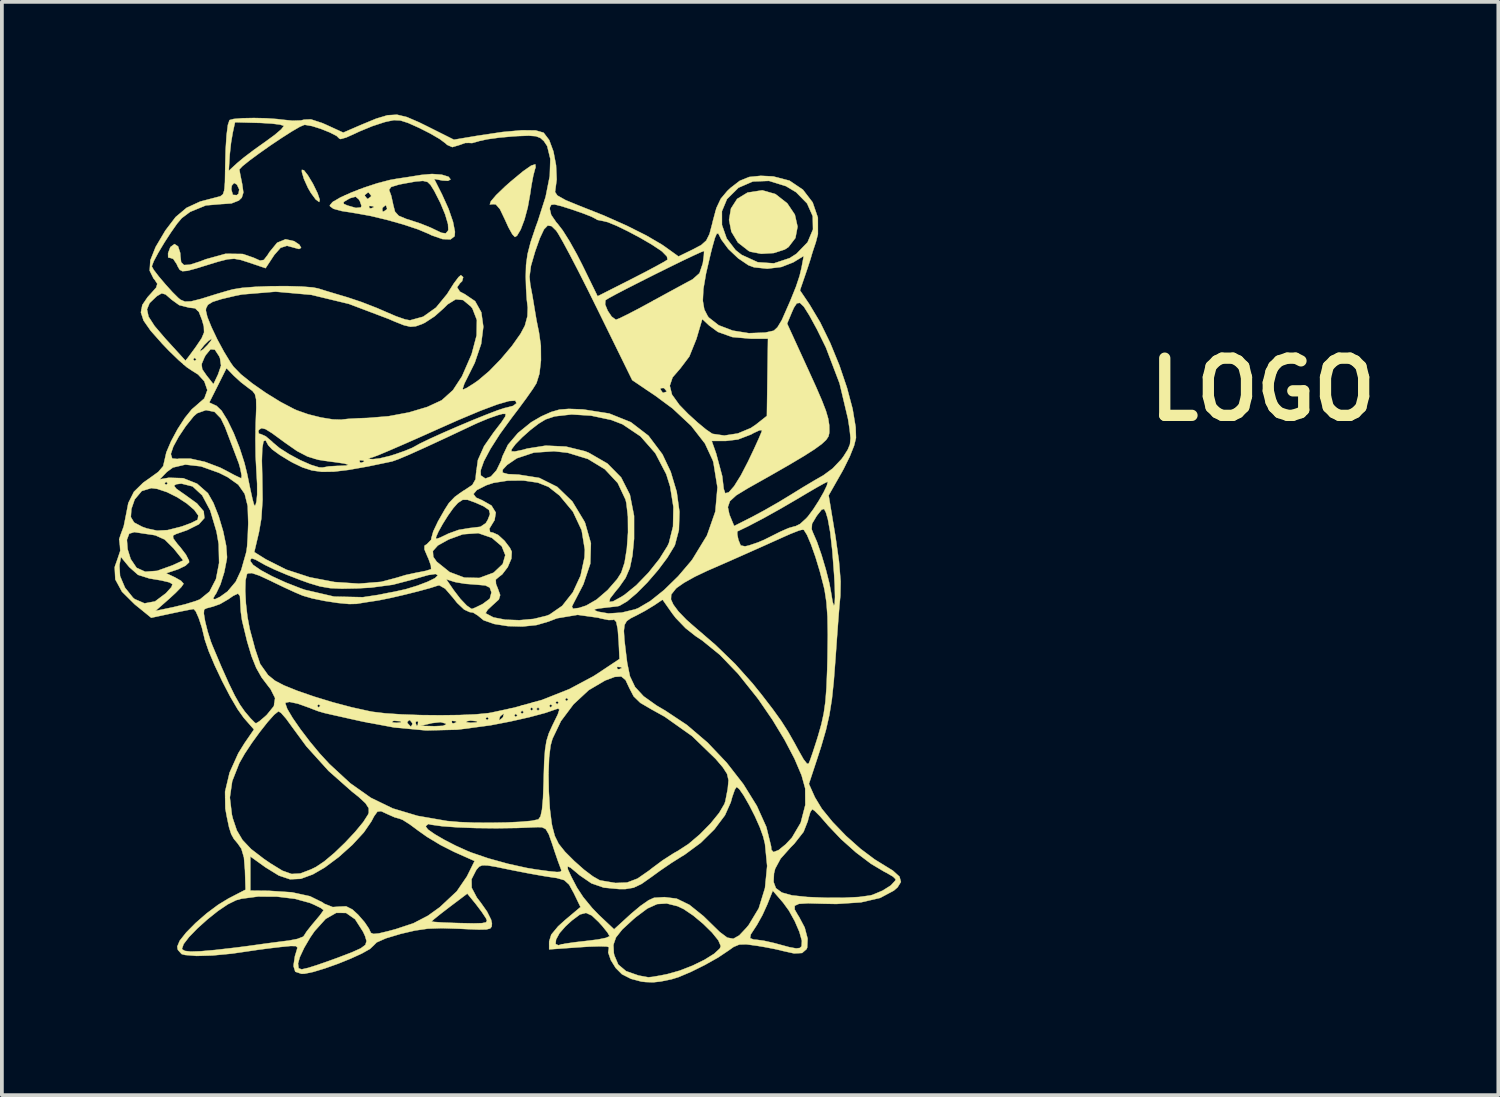
<source format=kicad_pcb>
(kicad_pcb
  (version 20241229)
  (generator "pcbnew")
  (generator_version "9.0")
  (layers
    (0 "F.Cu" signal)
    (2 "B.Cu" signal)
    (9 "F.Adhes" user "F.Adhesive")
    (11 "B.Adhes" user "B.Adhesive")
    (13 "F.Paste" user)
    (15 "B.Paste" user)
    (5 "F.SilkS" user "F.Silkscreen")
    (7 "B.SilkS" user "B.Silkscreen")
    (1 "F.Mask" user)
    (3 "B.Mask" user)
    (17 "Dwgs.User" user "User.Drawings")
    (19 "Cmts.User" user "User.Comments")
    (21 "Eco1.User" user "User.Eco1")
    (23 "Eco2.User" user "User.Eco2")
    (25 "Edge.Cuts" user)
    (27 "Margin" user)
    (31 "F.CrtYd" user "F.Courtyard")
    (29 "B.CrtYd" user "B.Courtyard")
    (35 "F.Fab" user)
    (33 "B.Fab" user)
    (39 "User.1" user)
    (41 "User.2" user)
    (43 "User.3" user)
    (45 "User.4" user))
  (footprint "LOGO"
    (layer "F.Cu")
    (at 10.307 9.274)
    (property "Reference" "LOGO" (at 20.28 -1.95 0) (layer "F.SilkS") (effects (font (size 1.524 1.524) (thickness 0.3))))
    (attr through_hole)
    (fp_poly (pts (xy -5.262 -7.789) (xy -5.156 -7.654) (xy -5.02 -7.427) (xy -5.019 -7.425) (xy -4.898 -7.177) (xy -4.84 -7.004) (xy -4.855 -6.943) (xy -4.948 -7.012) (xy -5.077 -7.187) (xy -5.153 -7.318) (xy -5.261 -7.556) (xy -5.316 -7.742) (xy -5.316 -7.801) (xy -5.262 -7.789)) (stroke (width 0.01) (type solid)) (fill yes) (layer "F.SilkS"))
    (fp_poly (pts (xy 7.297 -7.155) (xy 7.613 -6.908) (xy 7.815 -6.607) (xy 7.887 -6.286) (xy 7.83 -5.985) (xy 7.646 -5.744) (xy 7.545 -5.678) (xy 7.254 -5.584) (xy 6.92 -5.564) (xy 6.63 -5.619) (xy 6.585 -5.64) (xy 6.299 -5.863) (xy 6.124 -6.152) (xy 6.062 -6.467) (xy 6.113 -6.77) (xy 6.277 -7.026) (xy 6.555 -7.195) (xy 6.56 -7.196) (xy 6.948 -7.255) (xy 7.297 -7.155)) (stroke (width 0.01) (type solid)) (fill yes) (layer "F.SilkS"))
    (fp_poly (pts (xy 0.91 -7.868) (xy 0.894 -7.822) (xy 0.849 -7.653) (xy 0.798 -7.384) (xy 0.764 -7.154) (xy 0.701 -6.803) (xy 0.613 -6.475) (xy 0.512 -6.209) (xy 0.414 -6.045) (xy 0.359 -6.011) (xy 0.29 -6.083) (xy 0.186 -6.269) (xy 0.094 -6.472) (xy -0.04 -6.752) (xy -0.15 -6.879) (xy -0.219 -6.886) (xy -0.311 -6.877) (xy -0.282 -6.962) (xy -0.143 -7.126) (xy 0.096 -7.356) (xy 0.244 -7.487) (xy 0.573 -7.76) (xy 0.79 -7.912) (xy 0.901 -7.948) (xy 0.91 -7.868)) (stroke (width 0.01) (type solid)) (fill yes) (layer "F.SilkS"))
    (fp_poly (pts (xy -5.524 -5.901) (xy -5.384 -5.808) (xy -5.336 -5.724) (xy -5.391 -5.691) (xy -5.482 -5.715) (xy -5.712 -5.778) (xy -5.884 -5.724) (xy -6.051 -5.534) (xy -6.08 -5.49) (xy -6.283 -5.181) (xy -6.719 -5.329) (xy -6.944 -5.401) (xy -7.118 -5.432) (xy -7.297 -5.418) (xy -7.537 -5.357) (xy -7.789 -5.28) (xy -8.141 -5.171) (xy -8.365 -5.111) (xy -8.496 -5.1) (xy -8.57 -5.138) (xy -8.622 -5.226) (xy -8.65 -5.289) (xy -8.742 -5.427) (xy -8.818 -5.453) (xy -8.878 -5.467) (xy -8.88 -5.579) (xy -8.825 -5.728) (xy -8.814 -5.747) (xy -8.709 -5.824) (xy -8.614 -5.761) (xy -8.557 -5.587) (xy -8.551 -5.498) (xy -8.532 -5.339) (xy -8.457 -5.265) (xy -8.298 -5.273) (xy -8.026 -5.36) (xy -7.874 -5.419) (xy -7.346 -5.565) (xy -6.89 -5.559) (xy -6.6 -5.459) (xy -6.432 -5.383) (xy -6.329 -5.401) (xy -6.226 -5.535) (xy -6.183 -5.605) (xy -5.975 -5.859) (xy -5.751 -5.951) (xy -5.524 -5.901)) (stroke (width 0.01) (type solid)) (fill yes) (layer "F.SilkS"))
    (fp_poly (pts (xy -1.59 -7.671) (xy -1.409 -7.616) (xy -1.355 -7.545) (xy -1.425 -7.507) (xy -1.573 -7.516) (xy -1.792 -7.558) (xy -1.583 -7.144) (xy -1.41 -6.762) (xy -1.291 -6.417) (xy -1.239 -6.15) (xy -1.248 -6.032) (xy -1.357 -5.947) (xy -1.573 -5.956) (xy -1.862 -6.057) (xy -1.947 -6.099) (xy -2.225 -6.216) (xy -2.614 -6.345) (xy -3.057 -6.47) (xy -3.498 -6.575) (xy -3.881 -6.644) (xy -3.895 -6.646) (xy -4.259 -6.704) (xy -4.475 -6.763) (xy -4.566 -6.829) (xy -4.572 -6.856) (xy -4.499 -6.942) (xy -4.207 -6.942) (xy -4.199 -6.893) (xy -4.104 -6.851) (xy -3.877 -6.786) (xy -3.746 -6.799) (xy -3.73 -6.83) (xy -3.528 -6.83) (xy -3.516 -6.779) (xy -3.471 -6.773) (xy -3.175 -6.773) (xy -3.168 -6.695) (xy -3.138 -6.689) (xy -3.051 -6.75) (xy -3.048 -6.773) (xy -3.077 -6.856) (xy -3.085 -6.858) (xy -3.158 -6.799) (xy -3.175 -6.773) (xy -3.471 -6.773) (xy -3.402 -6.804) (xy -3.415 -6.83) (xy -3.515 -6.84) (xy -3.528 -6.83) (xy -3.73 -6.83) (xy -3.727 -6.837) (xy -3.768 -6.958) (xy -3.801 -7.015) (xy -3.884 -7.085) (xy -4.021 -7.049) (xy -4.073 -7.023) (xy -4.207 -6.942) (xy -4.499 -6.942) (xy -4.496 -6.944) (xy -4.295 -7.062) (xy -4.185 -7.112) (xy -3.641 -7.112) (xy -3.576 -7.03) (xy -3.556 -7.027) (xy -3.474 -7.092) (xy -3.471 -7.112) (xy -3.536 -7.194) (xy -3.556 -7.197) (xy -3.638 -7.132) (xy -3.641 -7.112) (xy -4.185 -7.112) (xy -4.004 -7.194) (xy -3.815 -7.267) (xy -2.995 -7.267) (xy -2.989 -7.254) (xy -2.936 -7.11) (xy -2.887 -6.889) (xy -2.884 -6.87) (xy -2.836 -6.686) (xy -2.736 -6.576) (xy -2.535 -6.492) (xy -2.445 -6.465) (xy -2.15 -6.367) (xy -1.88 -6.258) (xy -1.81 -6.224) (xy -1.597 -6.123) (xy -1.484 -6.108) (xy -1.425 -6.177) (xy -1.416 -6.202) (xy -1.424 -6.356) (xy -1.499 -6.611) (xy -1.626 -6.917) (xy -1.785 -7.23) (xy -1.805 -7.264) (xy -1.889 -7.399) (xy -1.971 -7.478) (xy -2.09 -7.506) (xy -2.286 -7.49) (xy -2.596 -7.434) (xy -2.73 -7.408) (xy -2.937 -7.345) (xy -2.995 -7.267) (xy -3.815 -7.267) (xy -3.662 -7.326) (xy -3.306 -7.443) (xy -2.972 -7.53) (xy -2.794 -7.562) (xy -2.507 -7.605) (xy -2.189 -7.656) (xy -2.142 -7.664) (xy -1.85 -7.69) (xy -1.59 -7.671)) (stroke (width 0.01) (type solid)) (fill yes) (layer "F.SilkS"))
    (fp_poly (pts (xy -2.52 -9.206) (xy -2.195 -9.066) (xy -1.99 -8.965) (xy -1.267 -8.603) (xy -0.654 -8.706) (xy 0.027 -8.808) (xy 0.548 -8.855) (xy 0.912 -8.85) (xy 1.119 -8.791) (xy 1.126 -8.786) (xy 1.271 -8.595) (xy 1.384 -8.29) (xy 1.454 -7.921) (xy 1.471 -7.543) (xy 1.427 -7.21) (xy 1.489 -7.117) (xy 1.713 -6.991) (xy 2.074 -6.843) (xy 2.727 -6.584) (xy 3.334 -6.314) (xy 3.859 -6.051) (xy 4.268 -5.812) (xy 4.361 -5.748) (xy 4.716 -5.493) (xy 5.106 -5.683) (xy 5.322 -5.798) (xy 5.455 -5.917) (xy 5.541 -6.09) (xy 5.615 -6.369) (xy 5.63 -6.435) (xy 5.701 -6.697) (xy 5.872 -6.697) (xy 5.873 -6.332) (xy 5.999 -5.972) (xy 6.238 -5.66) (xy 6.396 -5.536) (xy 6.827 -5.339) (xy 7.258 -5.31) (xy 7.677 -5.449) (xy 7.858 -5.565) (xy 8.154 -5.871) (xy 8.298 -6.214) (xy 8.291 -6.567) (xy 8.14 -6.906) (xy 7.848 -7.204) (xy 7.577 -7.366) (xy 7.126 -7.506) (xy 6.696 -7.49) (xy 6.313 -7.324) (xy 6.007 -7.021) (xy 5.872 -6.697) (xy 5.701 -6.697) (xy 5.725 -6.783) (xy 5.841 -7.029) (xy 6.015 -7.237) (xy 6.102 -7.319) (xy 6.347 -7.508) (xy 6.597 -7.61) (xy 6.908 -7.641) (xy 7.238 -7.625) (xy 7.673 -7.512) (xy 8.03 -7.271) (xy 8.289 -6.933) (xy 8.428 -6.528) (xy 8.429 -6.087) (xy 8.374 -5.873) (xy 8.302 -5.658) (xy 8.259 -5.521) (xy 8.255 -5.503) (xy 8.226 -5.406) (xy 8.159 -5.201) (xy 8.1 -5.026) (xy 7.951 -4.591) (xy 8.203 -4.218) (xy 8.488 -3.741) (xy 8.758 -3.186) (xy 9.002 -2.59) (xy 9.204 -1.993) (xy 9.353 -1.433) (xy 9.434 -0.948) (xy 9.443 -0.659) (xy 9.393 -0.455) (xy 9.277 -0.163) (xy 9.116 0.163) (xy 9.071 0.245) (xy 8.715 0.871) (xy 8.896 1.963) (xy 8.99 2.626) (xy 9.034 3.161) (xy 9.027 3.539) (xy 9.002 3.807) (xy 8.971 4.195) (xy 8.937 4.655) (xy 8.903 5.136) (xy 8.898 5.207) (xy 8.852 5.813) (xy 8.801 6.301) (xy 8.734 6.72) (xy 8.643 7.12) (xy 8.518 7.551) (xy 8.409 7.889) (xy 8.189 8.556) (xy 8.349 8.913) (xy 8.532 9.216) (xy 8.821 9.571) (xy 9.177 9.94) (xy 9.563 10.284) (xy 9.94 10.567) (xy 10.104 10.668) (xy 10.427 10.867) (xy 10.602 11.026) (xy 10.64 11.167) (xy 10.551 11.311) (xy 10.45 11.399) (xy 10.086 11.593) (xy 9.576 11.711) (xy 8.924 11.754) (xy 8.555 11.747) (xy 8.165 11.736) (xy 7.923 11.751) (xy 7.811 11.802) (xy 7.81 11.901) (xy 7.899 12.056) (xy 7.923 12.091) (xy 8.077 12.382) (xy 8.155 12.678) (xy 8.143 12.918) (xy 8.125 12.959) (xy 8.008 13.06) (xy 7.796 13.072) (xy 7.463 12.998) (xy 7.438 12.99) (xy 7.28 12.954) (xy 7.021 12.904) (xy 6.808 12.868) (xy 6.521 12.829) (xy 6.335 12.835) (xy 6.184 12.898) (xy 6.05 12.993) (xy 5.771 13.18) (xy 5.417 13.379) (xy 5.046 13.563) (xy 4.715 13.703) (xy 4.53 13.76) (xy 4.243 13.819) (xy 4.041 13.841) (xy 3.844 13.834) (xy 3.729 13.822) (xy 3.45 13.748) (xy 3.208 13.625) (xy 3.043 13.459) (xy 2.912 13.248) (xy 2.843 13.046) (xy 2.863 12.91) (xy 2.864 12.908) (xy 2.811 12.888) (xy 2.622 12.882) (xy 2.33 12.891) (xy 2.095 12.906) (xy 1.27 12.964) (xy 1.27 12.821) (xy 1.441 12.821) (xy 1.518 12.854) (xy 1.558 12.842) (xy 1.563 12.841) (xy 2.982 12.841) (xy 2.993 13.06) (xy 3.005 13.119) (xy 3.111 13.368) (xy 3.319 13.543) (xy 3.653 13.66) (xy 3.912 13.707) (xy 4.022 13.696) (xy 4.241 13.658) (xy 4.42 13.622) (xy 4.75 13.529) (xy 5.093 13.395) (xy 5.411 13.239) (xy 5.664 13.081) (xy 5.816 12.941) (xy 5.842 12.876) (xy 5.777 12.724) (xy 5.608 12.514) (xy 5.373 12.283) (xy 5.109 12.063) (xy 4.855 11.891) (xy 4.693 11.814) (xy 4.401 11.741) (xy 4.147 11.757) (xy 3.888 11.874) (xy 3.577 12.107) (xy 3.505 12.169) (xy 3.217 12.434) (xy 3.05 12.645) (xy 2.982 12.841) (xy 1.563 12.841) (xy 1.697 12.811) (xy 1.952 12.774) (xy 2.266 12.738) (xy 2.277 12.737) (xy 2.572 12.7) (xy 2.786 12.656) (xy 2.878 12.614) (xy 2.879 12.61) (xy 2.825 12.515) (xy 2.688 12.345) (xy 2.588 12.234) (xy 2.405 12.061) (xy 2.253 11.992) (xy 2.091 12.034) (xy 1.879 12.192) (xy 1.707 12.349) (xy 1.546 12.532) (xy 1.454 12.702) (xy 1.441 12.821) (xy 1.27 12.821) (xy 1.27 12.752) (xy 1.327 12.57) (xy 1.509 12.35) (xy 1.688 12.188) (xy 2.106 11.836) (xy 1.927 11.466) (xy 1.801 11.238) (xy 1.672 11.12) (xy 1.474 11.063) (xy 1.36 11.047) (xy 1.097 11.006) (xy 0.733 10.941) (xy 0.336 10.864) (xy 0.212 10.839) (xy -0.147 10.765) (xy -0.376 10.727) (xy -0.513 10.725) (xy -0.595 10.76) (xy -0.657 10.831) (xy -0.674 10.854) (xy -0.797 11.095) (xy -0.793 11.323) (xy -0.656 11.583) (xy -0.551 11.72) (xy -0.384 11.957) (xy -0.276 12.173) (xy -0.254 12.271) (xy -0.26 12.355) (xy -0.3 12.407) (xy -0.404 12.433) (xy -0.601 12.437) (xy -0.924 12.424) (xy -1.122 12.414) (xy -1.59 12.399) (xy -1.961 12.412) (xy -2.305 12.462) (xy -2.682 12.55) (xy -3.076 12.668) (xy -3.323 12.777) (xy -3.41 12.864) (xy -3.503 12.952) (xy -3.718 13.073) (xy -4.017 13.21) (xy -4.359 13.348) (xy -4.705 13.471) (xy -5.015 13.565) (xy -5.249 13.613) (xy -5.327 13.614) (xy -5.492 13.559) (xy -5.537 13.415) (xy -5.536 13.377) (xy -5.531 13.341) (xy -5.419 13.341) (xy -5.403 13.466) (xy -5.322 13.496) (xy -5.144 13.455) (xy -4.913 13.382) (xy -4.603 13.274) (xy -4.36 13.186) (xy -3.986 13.043) (xy -3.748 12.936) (xy -3.625 12.844) (xy -3.594 12.742) (xy -3.633 12.609) (xy -3.686 12.494) (xy -3.899 12.161) (xy -4.139 11.993) (xy -4.402 11.991) (xy -4.684 12.153) (xy -4.979 12.48) (xy -5.092 12.644) (xy -5.256 12.924) (xy -5.373 13.174) (xy -5.419 13.341) (xy -5.419 13.341) (xy -5.531 13.341) (xy -5.501 13.142) (xy -5.459 13.005) (xy -5.434 12.917) (xy -5.476 12.876) (xy -5.62 12.874) (xy -5.892 12.901) (xy -6.204 12.938) (xy -6.478 12.974) (xy -6.605 12.993) (xy -7.181 13.077) (xy -7.697 13.126) (xy -8.122 13.138) (xy -8.428 13.113) (xy -8.519 13.089) (xy -8.619 12.977) (xy -8.625 12.948) (xy -8.51 12.948) (xy -8.505 12.961) (xy -8.434 13.004) (xy -8.279 13.022) (xy -8.018 13.014) (xy -7.632 12.98) (xy -7.101 12.919) (xy -7.027 12.91) (xy -6.735 12.872) (xy -6.419 12.828) (xy -6.392 12.824) (xy -6.079 12.782) (xy -5.737 12.738) (xy -5.673 12.731) (xy -5.438 12.686) (xy -5.286 12.627) (xy -5.261 12.6) (xy -5.189 12.487) (xy -5.047 12.308) (xy -4.986 12.236) (xy -4.837 12.058) (xy -4.75 11.937) (xy -4.741 11.915) (xy -4.812 11.861) (xy -4.992 11.773) (xy -5.101 11.726) (xy -5.505 11.616) (xy -5.99 11.558) (xy -6.488 11.557) (xy -6.927 11.615) (xy -7.068 11.654) (xy -7.287 11.762) (xy -7.552 11.941) (xy -7.831 12.164) (xy -8.097 12.403) (xy -8.319 12.631) (xy -8.466 12.822) (xy -8.51 12.948) (xy -8.625 12.948) (xy -8.636 12.89) (xy -8.571 12.734) (xy -8.397 12.514) (xy -8.147 12.261) (xy -7.852 12.004) (xy -7.545 11.775) (xy -7.278 11.612) (xy -6.816 11.373) (xy -6.832 10.853) (xy -6.86 10.51) (xy -6.867 10.488) (xy -6.689 10.488) (xy -6.689 11.398) (xy -6.202 11.403) (xy -5.584 11.443) (xy -5.101 11.548) (xy -4.764 11.714) (xy -4.722 11.747) (xy -4.495 11.837) (xy -4.327 11.825) (xy -4.138 11.817) (xy -3.97 11.901) (xy -3.818 12.041) (xy -3.645 12.24) (xy -3.529 12.413) (xy -3.511 12.454) (xy -3.477 12.524) (xy -3.407 12.552) (xy -3.265 12.538) (xy -3.018 12.479) (xy -2.812 12.423) (xy -2.347 12.269) (xy -2.254 12.221) (xy -1.863 12.221) (xy -1.784 12.233) (xy -1.574 12.247) (xy -1.27 12.259) (xy -1.096 12.264) (xy -0.735 12.271) (xy -0.516 12.265) (xy -0.409 12.242) (xy -0.387 12.195) (xy -0.414 12.132) (xy -0.525 11.965) (xy -0.683 11.756) (xy -0.705 11.729) (xy -0.91 11.478) (xy -1.387 11.838) (xy -1.621 12.018) (xy -1.791 12.155) (xy -1.862 12.22) (xy -1.863 12.221) (xy -2.254 12.221) (xy -1.958 12.067) (xy -1.641 11.839) (xy -1.19 11.417) (xy -0.92 11.021) (xy -0.716 10.61) (xy -1.265 10.365) (xy -1.622 10.184) (xy -1.984 9.966) (xy -2.217 9.801) (xy -2.361 9.694) (xy -2.015 9.694) (xy -1.957 9.771) (xy -1.78 9.895) (xy -1.521 10.046) (xy -1.216 10.203) (xy -0.901 10.345) (xy -0.802 10.385) (xy -0.351 10.539) (xy 0.173 10.684) (xy 0.681 10.796) (xy 0.931 10.837) (xy 1.273 10.883) (xy 1.477 10.903) (xy 1.575 10.897) (xy 1.596 10.86) (xy 1.571 10.789) (xy 1.565 10.774) (xy 1.557 10.752) (xy 1.762 10.752) (xy 1.768 10.828) (xy 1.859 11.026) (xy 2.011 11.318) (xy 2.179 11.574) (xy 2.417 11.863) (xy 2.599 12.051) (xy 3 12.429) (xy 3.454 12.014) (xy 3.7 11.808) (xy 3.919 11.655) (xy 4.065 11.589) (xy 4.071 11.589) (xy 4.265 11.577) (xy 4.339 11.572) (xy 4.666 11.612) (xy 5.006 11.777) (xy 5.382 12.079) (xy 5.535 12.229) (xy 5.814 12.501) (xy 6.015 12.651) (xy 6.176 12.68) (xy 6.203 12.665) (xy 6.622 12.665) (xy 6.718 12.702) (xy 6.795 12.707) (xy 6.992 12.734) (xy 7.263 12.795) (xy 7.366 12.823) (xy 7.669 12.905) (xy 7.85 12.938) (xy 7.948 12.926) (xy 7.994 12.88) (xy 8.002 12.734) (xy 7.935 12.496) (xy 7.813 12.213) (xy 7.658 11.933) (xy 7.503 11.72) (xy 7.227 11.4) (xy 7.079 11.77) (xy 6.95 12.053) (xy 6.807 12.31) (xy 6.768 12.37) (xy 6.64 12.566) (xy 6.622 12.665) (xy 6.203 12.665) (xy 6.333 12.592) (xy 6.522 12.391) (xy 6.585 12.315) (xy 6.853 11.87) (xy 7.019 11.33) (xy 7.035 11.168) (xy 7.248 11.168) (xy 7.311 11.334) (xy 7.469 11.45) (xy 7.74 11.525) (xy 8.144 11.568) (xy 8.6 11.587) (xy 9.105 11.589) (xy 9.524 11.568) (xy 9.823 11.527) (xy 9.886 11.51) (xy 10.153 11.398) (xy 10.37 11.261) (xy 10.489 11.132) (xy 10.499 11.094) (xy 10.43 11.026) (xy 10.258 10.925) (xy 10.194 10.893) (xy 9.843 10.684) (xy 9.443 10.382) (xy 9.045 10.027) (xy 8.7 9.664) (xy 8.673 9.632) (xy 8.489 9.421) (xy 8.345 9.276) (xy 8.28 9.23) (xy 8.228 9.303) (xy 8.173 9.486) (xy 8.161 9.543) (xy 8.046 9.835) (xy 7.796 10.153) (xy 7.706 10.243) (xy 7.435 10.547) (xy 7.29 10.816) (xy 7.259 10.942) (xy 7.248 11.168) (xy 7.035 11.168) (xy 7.077 10.742) (xy 7.019 10.153) (xy 6.972 9.962) (xy 6.882 9.712) (xy 6.752 9.42) (xy 6.602 9.125) (xy 6.456 8.87) (xy 6.334 8.693) (xy 6.263 8.636) (xy 6.215 8.71) (xy 6.148 8.9) (xy 6.108 9.045) (xy 5.953 9.392) (xy 5.674 9.764) (xy 5.307 10.126) (xy 4.883 10.439) (xy 4.784 10.499) (xy 4.527 10.661) (xy 4.217 10.873) (xy 4 11.031) (xy 3.73 11.221) (xy 3.519 11.321) (xy 3.302 11.357) (xy 3.142 11.358) (xy 2.726 11.319) (xy 2.397 11.205) (xy 2.079 10.987) (xy 1.998 10.918) (xy 1.839 10.786) (xy 1.762 10.752) (xy 1.557 10.752) (xy 1.505 10.613) (xy 1.417 10.357) (xy 1.353 10.16) (xy 1.26 9.897) (xy 1.179 9.759) (xy 1.077 9.71) (xy 0.961 9.708) (xy 0.422 9.73) (xy -0.137 9.738) (xy -0.681 9.732) (xy -1.174 9.713) (xy -1.583 9.683) (xy -1.871 9.643) (xy -1.947 9.624) (xy -2.007 9.673) (xy -2.015 9.694) (xy -2.361 9.694) (xy -2.445 9.632) (xy -2.628 9.516) (xy -2.711 9.483) (xy -2.845 9.446) (xy -3.042 9.359) (xy -3.05 9.355) (xy -3.207 9.282) (xy -3.304 9.295) (xy -3.393 9.418) (xy -3.466 9.557) (xy -3.666 9.848) (xy -3.97 10.178) (xy -4.334 10.504) (xy -4.711 10.785) (xy -5.024 10.966) (xy -5.345 11.084) (xy -5.632 11.097) (xy -5.93 10.997) (xy -6.287 10.777) (xy -6.327 10.748) (xy -6.689 10.488) (xy -6.867 10.488) (xy -6.928 10.283) (xy -7.026 10.142) (xy -7.127 10.022) (xy -7.198 9.894) (xy -7.256 9.712) (xy -7.315 9.433) (xy -7.355 9.212) (xy -7.36 8.919) (xy -7.235 8.919) (xy -7.18 9.379) (xy -7.154 9.483) (xy -7.049 9.794) (xy -6.897 10.051) (xy -6.668 10.292) (xy -6.33 10.552) (xy -6.15 10.675) (xy -5.835 10.868) (xy -5.59 10.955) (xy -5.356 10.942) (xy -5.072 10.833) (xy -4.938 10.767) (xy -4.72 10.621) (xy -4.45 10.394) (xy -4.165 10.12) (xy -3.897 9.834) (xy -3.681 9.572) (xy -3.552 9.37) (xy -3.534 9.323) (xy -3.536 9.204) (xy -3.62 9.072) (xy -3.81 8.897) (xy -3.976 8.766) (xy -4.605 8.21) (xy -5.196 7.556) (xy -5.571 7.046) (xy -5.736 6.819) (xy -5.87 6.666) (xy -5.94 6.623) (xy -6.053 6.712) (xy -6.228 6.908) (xy -6.436 7.172) (xy -6.65 7.466) (xy -6.84 7.753) (xy -6.979 7.997) (xy -6.984 8.006) (xy -7.172 8.483) (xy -7.235 8.919) (xy -7.36 8.919) (xy -7.362 8.762) (xy -7.242 8.256) (xy -7.009 7.738) (xy -6.846 7.475) (xy -6.592 7.106) (xy -6.864 6.796) (xy -7.028 6.566) (xy -7.228 6.225) (xy -7.438 5.821) (xy -7.636 5.403) (xy -7.799 5.017) (xy -7.903 4.712) (xy -7.919 4.641) (xy -7.982 4.384) (xy -8.063 4.14) (xy -8.117 4.017) (xy -7.928 4.017) (xy -7.893 4.229) (xy -7.826 4.495) (xy -7.741 4.763) (xy -7.7 4.868) (xy -7.459 5.439) (xy -7.264 5.875) (xy -7.104 6.203) (xy -6.966 6.445) (xy -6.84 6.625) (xy -6.683 6.811) (xy -6.568 6.926) (xy -6.538 6.943) (xy -6.449 6.889) (xy -6.294 6.757) (xy -6.249 6.715) (xy -6.062 6.484) (xy -6.051 6.412) (xy -5.757 6.412) (xy -5.705 6.559) (xy -5.563 6.799) (xy -5.356 7.098) (xy -5.107 7.425) (xy -4.842 7.745) (xy -4.583 8.026) (xy -4.027 8.539) (xy -3.479 8.926) (xy -2.896 9.209) (xy -2.235 9.407) (xy -1.454 9.543) (xy -1.439 9.545) (xy -1.123 9.572) (xy -0.731 9.588) (xy -0.303 9.591) (xy 0.121 9.584) (xy 0.501 9.566) (xy 0.798 9.54) (xy 0.972 9.504) (xy 0.986 9.498) (xy 1.041 9.419) (xy 1.08 9.238) (xy 1.107 8.935) (xy 1.124 8.486) (xy 1.125 8.42) (xy 1.129 8.279) (xy 1.253 8.279) (xy 1.261 8.753) (xy 1.289 9.217) (xy 1.338 9.609) (xy 1.353 9.686) (xy 1.421 9.943) (xy 1.523 10.151) (xy 1.692 10.363) (xy 1.941 10.612) (xy 2.199 10.841) (xy 2.438 11.021) (xy 2.612 11.12) (xy 2.635 11.127) (xy 3.037 11.195) (xy 3.346 11.183) (xy 3.625 11.077) (xy 3.936 10.861) (xy 4.009 10.803) (xy 4.29 10.594) (xy 4.59 10.401) (xy 4.7 10.34) (xy 4.981 10.157) (xy 5.282 9.902) (xy 5.567 9.613) (xy 5.799 9.328) (xy 5.94 9.087) (xy 5.963 9.017) (xy 6.028 8.683) (xy 6.048 8.458) (xy 6.009 8.288) (xy 5.898 8.116) (xy 5.702 7.886) (xy 5.701 7.886) (xy 5.078 7.283) (xy 4.348 6.766) (xy 3.988 6.566) (xy 3.699 6.397) (xy 3.521 6.224) (xy 3.407 6.005) (xy 3.305 5.788) (xy 3.19 5.694) (xy 3.016 5.706) (xy 2.76 5.802) (xy 2.324 6.059) (xy 1.919 6.436) (xy 1.584 6.883) (xy 1.358 7.355) (xy 1.308 7.535) (xy 1.269 7.853) (xy 1.253 8.279) (xy 1.129 8.279) (xy 1.138 7.973) (xy 1.161 7.651) (xy 1.199 7.411) (xy 1.261 7.21) (xy 1.355 7.003) (xy 1.379 6.954) (xy 1.5 6.706) (xy 1.542 6.579) (xy 1.51 6.549) (xy 1.462 6.564) (xy 1.169 6.665) (xy 0.747 6.778) (xy 0.233 6.894) (xy -0.296 6.996) (xy -1.172 7.112) (xy -2.005 7.132) (xy -2.857 7.053) (xy -3.584 6.917) (xy -2.91 6.917) (xy -2.794 6.929) (xy -2.674 6.916) (xy -2.677 6.91) (xy -2.511 6.91) (xy -2.498 6.943) (xy -2.422 7.023) (xy -2.408 7.027) (xy -2.372 6.962) (xy -2.371 6.943) (xy -2.286 6.943) (xy -2.255 7.012) (xy -2.25 7.01) (xy -2.159 7.01) (xy -1.782 7.019) (xy -1.557 7.009) (xy -1.474 6.971) (xy -1.486 6.948) (xy -1.623 6.911) (xy -1.853 6.937) (xy -1.863 6.94) (xy -2.159 7.01) (xy -2.25 7.01) (xy -2.23 6.999) (xy -2.219 6.899) (xy -2.23 6.886) (xy -1.326 6.886) (xy -1.315 6.937) (xy -1.27 6.943) (xy -1.2 6.912) (xy -1.201 6.911) (xy -0.943 6.911) (xy -0.831 6.926) (xy -0.804 6.926) (xy -0.66 6.917) (xy -0.647 6.891) (xy -0.655 6.887) (xy -0.823 6.87) (xy -0.909 6.884) (xy -0.943 6.911) (xy -1.201 6.911) (xy -1.214 6.886) (xy -1.314 6.876) (xy -1.326 6.886) (xy -2.23 6.886) (xy -2.28 6.898) (xy -2.286 6.943) (xy -2.371 6.943) (xy -2.436 6.861) (xy -2.46 6.858) (xy -2.511 6.91) (xy -2.677 6.91) (xy -2.688 6.887) (xy -2.862 6.875) (xy -2.9 6.887) (xy -2.91 6.917) (xy -3.584 6.917) (xy -3.683 6.899) (xy -4.012 6.826) (xy -4.057 6.816) (xy -0.423 6.816) (xy -0.381 6.858) (xy -0.375 6.852) (xy -0.064 6.852) (xy -0.052 6.858) (xy 0.025 6.798) (xy 0.042 6.773) (xy 0.054 6.731) (xy 0.339 6.731) (xy 0.381 6.773) (xy 0.423 6.731) (xy 0.381 6.689) (xy 0.339 6.731) (xy 0.054 6.731) (xy 0.064 6.694) (xy 0.052 6.689) (xy -0.025 6.748) (xy -0.042 6.773) (xy -0.064 6.852) (xy -0.375 6.852) (xy -0.339 6.816) (xy -0.381 6.773) (xy -0.423 6.816) (xy -4.057 6.816) (xy -4.302 6.761) (xy -4.487 6.72) (xy -4.722 6.666) (xy -4.877 6.621) (xy -5.036 6.561) (xy -5.105 6.533) (xy -5.261 6.477) (xy -4.911 6.477) (xy -4.868 6.519) (xy -4.826 6.477) (xy -4.868 6.435) (xy -4.911 6.477) (xy -5.261 6.477) (xy -5.421 6.42) (xy -5.645 6.372) (xy -5.752 6.394) (xy -5.757 6.412) (xy -6.051 6.412) (xy -6.03 6.27) (xy -6.15 6.031) (xy -6.211 5.954) (xy -6.389 5.719) (xy -6.532 5.466) (xy -6.655 5.159) (xy -6.774 4.762) (xy -6.902 4.236) (xy -6.912 4.191) (xy -6.941 3.984) (xy -6.955 3.747) (xy -6.967 3.55) (xy -7.018 3.487) (xy -7.144 3.546) (xy -7.28 3.64) (xy -7.497 3.766) (xy -7.69 3.835) (xy -7.693 3.835) (xy -7.859 3.879) (xy -7.92 3.912) (xy -7.928 4.017) (xy -8.117 4.017) (xy -8.142 3.961) (xy -8.198 3.898) (xy -8.305 3.916) (xy -8.527 3.96) (xy -8.792 4.016) (xy -9.329 4.131) (xy -9.553 3.948) (xy -9.217 3.948) (xy -8.736 3.847) (xy -8.426 3.772) (xy -8.152 3.688) (xy -8.031 3.641) (xy -7.776 3.433) (xy -7.604 3.1) (xy -7.521 2.67) (xy -7.532 2.168) (xy -7.59 1.836) (xy -7.758 1.272) (xy -7.971 0.87) (xy -8.227 0.632) (xy -8.527 0.557) (xy -8.662 0.574) (xy -8.722 0.613) (xy -8.66 0.694) (xy -8.461 0.833) (xy -8.451 0.839) (xy -8.111 1.085) (xy -7.931 1.294) (xy -7.913 1.476) (xy -8.06 1.641) (xy -8.372 1.797) (xy -8.665 1.899) (xy -8.748 1.942) (xy -8.742 2.016) (xy -8.635 2.16) (xy -8.555 2.252) (xy -8.404 2.45) (xy -8.324 2.607) (xy -8.32 2.654) (xy -8.416 2.744) (xy -8.607 2.836) (xy -8.642 2.849) (xy -8.932 2.945) (xy -8.7 3.053) (xy -8.535 3.147) (xy -8.467 3.224) (xy -8.525 3.31) (xy -8.678 3.467) (xy -8.842 3.618) (xy -9.217 3.948) (xy -9.553 3.948) (xy -9.766 3.776) (xy -10.108 3.437) (xy -10.286 3.109) (xy -10.302 2.783) (xy -10.286 2.734) (xy -10.177 2.734) (xy -10.159 3.02) (xy -10.028 3.329) (xy -9.816 3.594) (xy -9.77 3.633) (xy -9.507 3.747) (xy -9.228 3.695) (xy -8.94 3.479) (xy -8.932 3.471) (xy -8.792 3.316) (xy -8.763 3.237) (xy -8.837 3.192) (xy -8.872 3.181) (xy -9.068 3.135) (xy -9.328 3.092) (xy -9.367 3.087) (xy -9.68 2.988) (xy -9.915 2.78) (xy -10.135 2.513) (xy -10.177 2.734) (xy -10.286 2.734) (xy -10.225 2.56) (xy -10.154 2.348) (xy -10.164 2.195) (xy -10.165 2.193) (xy -10.181 2.054) (xy -9.977 2.054) (xy -9.958 2.305) (xy -9.876 2.567) (xy -9.719 2.8) (xy -9.489 2.904) (xy -9.172 2.881) (xy -8.755 2.731) (xy -8.705 2.708) (xy -8.477 2.602) (xy -8.733 2.283) (xy -8.97 2.047) (xy -9.22 1.935) (xy -9.3 1.921) (xy -9.557 1.884) (xy -9.766 1.851) (xy -9.779 1.849) (xy -9.916 1.891) (xy -9.977 2.054) (xy -10.181 2.054) (xy -10.183 2.038) (xy -10.141 1.911) (xy -10.062 1.697) (xy -10.019 1.483) (xy -10.012 1.448) (xy -9.872 1.448) (xy -9.785 1.593) (xy -9.57 1.707) (xy -9.44 1.753) (xy -9.173 1.81) (xy -8.894 1.796) (xy -8.539 1.706) (xy -8.492 1.691) (xy -8.266 1.607) (xy -8.11 1.529) (xy -8.091 1.515) (xy -8.076 1.406) (xy -8.184 1.255) (xy -8.382 1.086) (xy -8.635 0.921) (xy -8.91 0.784) (xy -9.172 0.697) (xy -9.327 0.677) (xy -9.581 0.755) (xy -9.769 0.978) (xy -9.858 1.235) (xy -9.872 1.448) (xy -10.012 1.448) (xy -9.939 1.074) (xy -9.79 0.775) (xy -9.56 0.55) (xy -8.975 0.55) (xy -8.932 0.593) (xy -8.89 0.55) (xy -8.932 0.508) (xy -8.975 0.55) (xy -9.56 0.55) (xy -9.539 0.53) (xy -9.415 0.443) (xy -9.102 0.443) (xy -8.861 0.401) (xy -8.477 0.413) (xy -8.107 0.56) (xy -7.82 0.812) (xy -7.673 1.071) (xy -7.531 1.43) (xy -7.412 1.83) (xy -7.333 2.211) (xy -7.31 2.514) (xy -7.315 2.566) (xy -7.384 2.918) (xy -7.486 3.245) (xy -7.599 3.483) (xy -7.627 3.522) (xy -7.684 3.623) (xy -7.631 3.638) (xy -7.497 3.574) (xy -7.312 3.441) (xy -7.289 3.423) (xy -7.278 3.409) (xy -6.825 3.409) (xy -6.807 3.75) (xy -6.766 4.105) (xy -6.706 4.425) (xy -6.69 4.487) (xy -6.623 4.733) (xy -6.575 4.912) (xy -6.565 4.953) (xy -6.427 5.362) (xy -6.217 5.657) (xy -6.034 5.806) (xy -5.796 5.931) (xy -5.432 6.078) (xy -4.982 6.233) (xy -4.489 6.383) (xy -3.991 6.515) (xy -3.529 6.617) (xy -3.429 6.636) (xy -3.097 6.676) (xy -2.657 6.705) (xy -2.153 6.723) (xy -1.627 6.728) (xy -1.123 6.722) (xy -0.683 6.703) (xy -0.351 6.671) (xy -0.254 6.654) (xy -0.22 6.646) (xy 0.508 6.646) (xy 0.55 6.689) (xy 0.593 6.646) (xy 0.55 6.604) (xy 0.508 6.646) (xy -0.22 6.646) (xy -0.038 6.607) (xy 0.17 6.562) (xy 0.762 6.562) (xy 0.804 6.604) (xy 0.847 6.562) (xy 0.931 6.562) (xy 0.974 6.604) (xy 1.016 6.562) (xy 0.974 6.519) (xy 0.931 6.562) (xy 0.847 6.562) (xy 0.804 6.519) (xy 0.762 6.562) (xy 0.17 6.562) (xy 0.246 6.545) (xy 0.339 6.525) (xy 0.512 6.477) (xy 1.27 6.477) (xy 1.312 6.519) (xy 1.355 6.477) (xy 1.312 6.435) (xy 1.27 6.477) (xy 0.512 6.477) (xy 0.817 6.392) (xy 1.439 6.392) (xy 1.482 6.435) (xy 1.524 6.392) (xy 1.482 6.35) (xy 1.439 6.392) (xy 0.817 6.392) (xy 1.081 6.319) (xy 1.109 6.308) (xy 1.693 6.308) (xy 1.736 6.35) (xy 1.778 6.308) (xy 1.736 6.265) (xy 1.693 6.308) (xy 1.109 6.308) (xy 1.807 6.031) (xy 2.448 5.689) (xy 2.55 5.624) (xy 2.816 5.447) (xy 3.076 5.447) (xy 3.088 5.497) (xy 3.133 5.503) (xy 3.202 5.472) (xy 3.189 5.447) (xy 3.089 5.437) (xy 3.076 5.447) (xy 2.816 5.447) (xy 3.144 5.229) (xy 3.124 4.795) (xy 3.101 4.48) (xy 3.26 4.48) (xy 3.276 4.73) (xy 3.32 5.102) (xy 3.349 5.334) (xy 3.422 5.689) (xy 3.558 5.974) (xy 3.786 6.222) (xy 4.133 6.469) (xy 4.363 6.604) (xy 4.939 6.986) (xy 5.491 7.457) (xy 5.999 7.992) (xy 6.443 8.562) (xy 6.802 9.141) (xy 7.055 9.702) (xy 7.182 10.218) (xy 7.19 10.311) (xy 7.247 10.372) (xy 7.382 10.319) (xy 7.57 10.166) (xy 7.736 9.989) (xy 7.971 9.59) (xy 8.093 9.118) (xy 8.09 8.675) (xy 7.994 8.328) (xy 7.806 7.886) (xy 7.542 7.383) (xy 7.22 6.851) (xy 6.858 6.323) (xy 6.809 6.257) (xy 6.302 5.622) (xy 5.823 5.123) (xy 5.346 4.735) (xy 5.17 4.618) (xy 4.904 4.408) (xy 4.643 4.137) (xy 4.554 4.022) (xy 4.291 3.648) (xy 4.072 3.796) (xy 3.827 3.945) (xy 3.598 4.067) (xy 3.441 4.145) (xy 3.337 4.219) (xy 3.279 4.32) (xy 3.26 4.48) (xy 3.101 4.48) (xy 3.098 4.441) (xy 3.057 4.24) (xy 2.998 4.178) (xy 2.968 4.188) (xy 2.854 4.191) (xy 2.647 4.149) (xy 2.574 4.129) (xy 2.029 4.053) (xy 1.479 4.145) (xy 1.25 4.233) (xy 0.935 4.325) (xy 0.559 4.364) (xy 0.168 4.353) (xy -0.193 4.296) (xy -0.476 4.197) (xy -0.632 4.069) (xy -0.754 3.993) (xy -0.849 3.979) (xy -0.994 3.912) (xy -1.182 3.734) (xy -1.288 3.601) (xy -1.499 3.356) (xy -1.655 3.267) (xy -1.693 3.273) (xy -1.9 3.339) (xy -2.216 3.425) (xy -2.583 3.517) (xy -2.945 3.601) (xy -3.245 3.662) (xy -3.348 3.679) (xy -3.611 3.719) (xy -3.825 3.754) (xy -3.856 3.76) (xy -4.056 3.765) (xy -4.361 3.736) (xy -4.708 3.683) (xy -5.04 3.615) (xy -5.292 3.542) (xy -5.493 3.457) (xy -5.785 3.323) (xy -6.107 3.168) (xy -6.129 3.156) (xy -6.447 3.008) (xy -6.646 2.941) (xy -6.754 2.948) (xy -6.78 2.973) (xy -6.817 3.133) (xy -6.825 3.409) (xy -7.278 3.409) (xy -7.077 3.169) (xy -6.931 2.856) (xy -6.93 2.851) (xy -6.865 2.621) (xy -6.689 2.621) (xy -6.614 2.723) (xy -6.411 2.863) (xy -6.111 3.025) (xy -5.746 3.192) (xy -5.349 3.347) (xy -5.234 3.387) (xy -4.457 3.567) (xy -3.692 3.583) (xy -3.281 3.521) (xy -3.024 3.469) (xy -2.846 3.436) (xy -2.549 3.37) (xy -2.242 3.276) (xy -1.968 3.172) (xy -1.831 3.105) (xy -1.471 3.105) (xy -1.273 3.394) (xy -1.093 3.629) (xy -0.922 3.808) (xy -0.798 3.893) (xy -0.784 3.895) (xy -0.696 3.86) (xy -0.522 3.775) (xy -0.499 3.763) (xy -0.312 3.625) (xy -0.268 3.462) (xy -0.27 3.445) (xy -0.312 3.328) (xy -0.427 3.27) (xy -0.662 3.249) (xy -0.677 3.248) (xy -0.963 3.226) (xy -1.211 3.185) (xy -1.265 3.171) (xy -1.471 3.105) (xy -1.831 3.105) (xy -1.771 3.075) (xy -1.693 3) (xy -1.693 2.999) (xy -1.757 2.964) (xy -1.955 2.994) (xy -2.297 3.092) (xy -2.349 3.108) (xy -2.895 3.251) (xy -3.478 3.328) (xy -3.84 3.348) (xy -4.253 3.356) (xy -4.562 3.342) (xy -4.831 3.296) (xy -5.125 3.208) (xy -5.364 3.122) (xy -5.72 2.984) (xy -6.05 2.844) (xy -6.293 2.727) (xy -6.334 2.704) (xy -6.546 2.585) (xy -6.651 2.548) (xy -6.686 2.584) (xy -6.689 2.621) (xy -6.865 2.621) (xy -6.859 2.601) (xy -6.804 2.408) (xy -6.797 2.381) (xy -6.584 2.381) (xy -6.276 2.574) (xy -5.73 2.849) (xy -5.105 3.053) (xy -4.446 3.179) (xy -3.798 3.222) (xy -3.204 3.174) (xy -2.787 3.063) (xy -2.552 2.992) (xy -2.271 2.931) (xy -2.242 2.926) (xy -2.023 2.883) (xy -1.887 2.842) (xy -1.874 2.833) (xy -1.88 2.738) (xy -1.946 2.554) (xy -1.97 2.504) (xy -2.033 2.353) (xy -1.827 2.353) (xy -1.816 2.508) (xy -1.725 2.637) (xy -1.38 2.914) (xy -0.989 3.061) (xy -0.589 3.07) (xy -0.221 2.934) (xy -0.201 2.922) (xy 0.033 2.7) (xy 0.102 2.462) (xy 0.007 2.225) (xy -0.25 2.006) (xy -0.26 2) (xy -0.618 1.877) (xy -1.027 1.907) (xy -1.406 2.045) (xy -1.694 2.205) (xy -1.827 2.353) (xy -2.033 2.353) (xy -2.051 2.31) (xy -2.05 2.212) (xy -1.985 2.169) (xy -1.875 2.056) (xy -1.863 1.995) (xy -1.86 1.985) (xy -1.744 1.985) (xy -1.74 2.032) (xy -1.635 1.996) (xy -1.449 1.907) (xy -1.414 1.889) (xy -1.14 1.79) (xy -0.834 1.739) (xy -0.805 1.737) (xy -0.56 1.707) (xy -0.419 1.612) (xy -0.364 1.521) (xy -0.305 1.367) (xy -0.333 1.259) (xy -0.475 1.161) (xy -0.691 1.065) (xy -0.902 0.988) (xy -1.032 0.988) (xy -1.153 1.067) (xy -1.169 1.081) (xy -1.285 1.212) (xy -1.425 1.409) (xy -1.565 1.632) (xy -1.68 1.839) (xy -1.744 1.985) (xy -1.86 1.985) (xy -1.816 1.829) (xy -1.691 1.565) (xy -1.507 1.243) (xy -1.399 1.074) (xy -1.244 0.912) (xy -1.138 0.835) (xy -0.746 0.835) (xy -0.677 0.929) (xy -0.515 1.001) (xy -0.266 1.142) (xy -0.151 1.329) (xy -0.184 1.532) (xy -0.212 1.576) (xy -0.323 1.759) (xy -0.301 1.849) (xy -0.226 1.863) (xy -0.087 1.926) (xy 0.081 2.08) (xy 0.224 2.267) (xy 0.274 2.371) (xy 0.264 2.556) (xy 0.167 2.782) (xy 0.02 2.975) (xy -0.06 3.036) (xy -0.152 3.114) (xy -0.145 3.233) (xy -0.095 3.356) (xy -0.034 3.526) (xy -0.07 3.644) (xy -0.222 3.783) (xy -0.223 3.783) (xy -0.367 3.917) (xy -0.421 4.006) (xy -0.417 4.014) (xy -0.214 4.121) (xy 0.101 4.182) (xy 0.476 4.196) (xy 0.861 4.161) (xy 1.203 4.077) (xy 1.279 4.047) (xy 1.618 3.813) (xy 1.901 3.454) (xy 2.107 3.01) (xy 2.212 2.521) (xy 2.221 2.32) (xy 2.136 1.8) (xy 1.904 1.305) (xy 1.546 0.874) (xy 1.252 0.643) (xy 0.971 0.532) (xy 0.591 0.476) (xy 0.176 0.477) (xy -0.213 0.538) (xy -0.402 0.6) (xy -0.656 0.729) (xy -0.746 0.835) (xy -1.138 0.835) (xy -1.019 0.751) (xy -0.978 0.728) (xy -0.776 0.593) (xy -0.691 0.443) (xy -0.677 0.287) (xy -0.666 0.209) (xy -0.556 0.209) (xy -0.55 0.34) (xy -0.429 0.422) (xy -0.28 0.368) (xy -0.131 0.201) (xy -0.125 0.188) (xy 0.031 0.188) (xy 0.032 0.265) (xy 0.171 0.304) (xy 0.456 0.318) (xy 1.006 0.405) (xy 1.485 0.644) (xy 1.887 1.032) (xy 2.21 1.567) (xy 2.229 1.609) (xy 2.382 2.145) (xy 2.366 2.69) (xy 2.182 3.239) (xy 2.149 3.304) (xy 2.017 3.558) (xy 1.917 3.751) (xy 1.877 3.831) (xy 1.905 3.889) (xy 2.068 3.868) (xy 2.259 3.805) (xy 2.534 3.646) (xy 2.828 3.393) (xy 3.082 3.102) (xy 3.191 2.929) (xy 3.279 2.663) (xy 3.34 2.286) (xy 3.371 1.858) (xy 3.368 1.436) (xy 3.327 1.077) (xy 3.305 0.984) (xy 3.097 0.542) (xy 2.754 0.175) (xy 2.303 -0.099) (xy 1.766 -0.264) (xy 1.399 -0.305) (xy 0.862 -0.268) (xy 0.409 -0.117) (xy 0.151 0.059) (xy 0.031 0.188) (xy -0.125 0.188) (xy -0.008 -0.054) (xy 0.026 -0.169) (xy 0.089 -0.301) (xy 0.263 -0.301) (xy 0.361 -0.299) (xy 0.563 -0.341) (xy 0.687 -0.376) (xy 1.179 -0.454) (xy 1.718 -0.429) (xy 2.224 -0.305) (xy 2.324 -0.265) (xy 2.823 0.023) (xy 3.187 0.392) (xy 3.421 0.852) (xy 3.532 1.418) (xy 3.532 2.025) (xy 3.489 2.473) (xy 3.42 2.804) (xy 3.306 3.069) (xy 3.13 3.32) (xy 3.045 3.42) (xy 2.893 3.617) (xy 2.871 3.709) (xy 2.974 3.694) (xy 3.197 3.571) (xy 3.283 3.515) (xy 3.592 3.264) (xy 3.916 2.929) (xy 4.207 2.564) (xy 4.42 2.224) (xy 4.46 2.139) (xy 4.57 1.699) (xy 4.58 1.18) (xy 4.493 0.636) (xy 4.389 0.305) (xy 4.098 -0.253) (xy 3.703 -0.702) (xy 3.227 -1.022) (xy 2.923 -1.139) (xy 2.385 -1.253) (xy 1.867 -1.285) (xy 1.418 -1.234) (xy 1.178 -1.154) (xy 0.989 -1.039) (xy 0.769 -0.869) (xy 0.553 -0.677) (xy 0.375 -0.495) (xy 0.271 -0.357) (xy 0.263 -0.301) (xy 0.089 -0.301) (xy 0.172 -0.476) (xy 0.44 -0.791) (xy 0.791 -1.076) (xy 1.061 -1.233) (xy 1.323 -1.35) (xy 1.545 -1.414) (xy 1.795 -1.433) (xy 2.139 -1.42) (xy 2.181 -1.418) (xy 2.87 -1.31) (xy 3.446 -1.079) (xy 3.916 -0.718) (xy 4.288 -0.223) (xy 4.508 0.242) (xy 4.668 0.776) (xy 4.741 1.308) (xy 4.726 1.793) (xy 4.622 2.187) (xy 4.603 2.227) (xy 4.416 2.534) (xy 4.167 2.866) (xy 3.886 3.191) (xy 3.601 3.478) (xy 3.343 3.696) (xy 3.141 3.813) (xy 3.1 3.823) (xy 2.94 3.843) (xy 2.836 3.854) (xy 2.587 3.884) (xy 2.481 3.907) (xy 2.491 3.934) (xy 2.57 3.968) (xy 2.849 4.016) (xy 3.204 3.993) (xy 3.558 3.907) (xy 3.641 3.875) (xy 3.963 3.686) (xy 4.019 3.642) (xy 4.515 3.642) (xy 4.578 3.78) (xy 4.712 3.961) (xy 4.925 4.182) (xy 5.068 4.309) (xy 5.697 4.851) (xy 6.223 5.36) (xy 6.691 5.883) (xy 6.931 6.181) (xy 7.227 6.566) (xy 7.45 6.876) (xy 7.634 7.164) (xy 7.815 7.482) (xy 7.902 7.644) (xy 8.046 7.899) (xy 8.137 8.015) (xy 8.18 8.02) (xy 8.219 7.928) (xy 8.293 7.714) (xy 8.39 7.415) (xy 8.434 7.273) (xy 8.521 6.966) (xy 8.584 6.679) (xy 8.628 6.37) (xy 8.657 5.997) (xy 8.676 5.518) (xy 8.684 5.207) (xy 8.692 4.586) (xy 8.684 4.101) (xy 8.656 3.716) (xy 8.608 3.4) (xy 8.586 3.302) (xy 8.481 2.898) (xy 8.364 2.512) (xy 8.245 2.176) (xy 8.139 1.925) (xy 8.055 1.791) (xy 8.031 1.778) (xy 7.917 1.81) (xy 7.706 1.893) (xy 7.556 1.959) (xy 6.96 2.227) (xy 6.475 2.443) (xy 6.056 2.629) (xy 5.66 2.802) (xy 5.483 2.879) (xy 5.153 3.036) (xy 4.865 3.197) (xy 4.67 3.333) (xy 4.643 3.359) (xy 4.522 3.512) (xy 4.515 3.642) (xy 4.019 3.642) (xy 4.332 3.391) (xy 4.707 3.025) (xy 5.046 2.627) (xy 5.087 2.573) (xy 5.475 1.937) (xy 5.484 1.911) (xy 6.281 1.911) (xy 6.311 2.056) (xy 6.372 2.204) (xy 6.487 2.229) (xy 6.596 2.204) (xy 6.832 2.124) (xy 6.991 2.057) (xy 7.178 1.964) (xy 7.415 1.845) (xy 7.436 1.835) (xy 7.572 1.775) (xy 8.262 1.775) (xy 8.297 1.863) (xy 8.404 2.109) (xy 8.525 2.457) (xy 8.641 2.847) (xy 8.734 3.213) (xy 8.778 3.45) (xy 8.821 3.708) (xy 8.855 3.807) (xy 8.876 3.76) (xy 8.884 3.576) (xy 8.877 3.267) (xy 8.861 2.985) (xy 8.812 2.342) (xy 8.757 1.853) (xy 8.693 1.5) (xy 8.641 1.324) (xy 8.593 1.232) (xy 8.529 1.251) (xy 8.414 1.395) (xy 8.392 1.425) (xy 8.273 1.626) (xy 8.262 1.775) (xy 7.572 1.775) (xy 7.652 1.741) (xy 7.815 1.694) (xy 7.831 1.693) (xy 7.953 1.633) (xy 8.118 1.483) (xy 8.167 1.428) (xy 8.306 1.241) (xy 8.452 1.014) (xy 8.581 0.789) (xy 8.668 0.608) (xy 8.691 0.513) (xy 8.683 0.508) (xy 8.598 0.549) (xy 8.4 0.659) (xy 8.123 0.821) (xy 7.898 0.955) (xy 7.435 1.225) (xy 6.976 1.481) (xy 6.567 1.695) (xy 6.282 1.832) (xy 6.281 1.911) (xy 5.484 1.911) (xy 5.696 1.303) (xy 5.707 1.183) (xy 6.03 1.183) (xy 6.07 1.375) (xy 6.09 1.426) (xy 6.198 1.687) (xy 6.676 1.445) (xy 7.003 1.269) (xy 7.384 1.051) (xy 7.705 0.856) (xy 8.024 0.659) (xy 8.334 0.474) (xy 8.57 0.339) (xy 8.572 0.338) (xy 8.822 0.154) (xy 9.057 -0.094) (xy 9.113 -0.171) (xy 9.224 -0.347) (xy 9.283 -0.491) (xy 9.298 -0.655) (xy 9.273 -0.892) (xy 9.231 -1.165) (xy 9.006 -2.112) (xy 8.642 -3.068) (xy 8.405 -3.55) (xy 8.202 -3.922) (xy 8.056 -4.154) (xy 7.95 -4.257) (xy 7.867 -4.245) (xy 7.79 -4.13) (xy 7.744 -4.027) (xy 7.609 -3.705) (xy 8.157 -2.508) (xy 8.379 -2.02) (xy 8.537 -1.654) (xy 8.642 -1.383) (xy 8.703 -1.175) (xy 8.73 -1.002) (xy 8.733 -0.834) (xy 8.73 -0.784) (xy 8.71 -0.699) (xy 8.648 -0.606) (xy 8.528 -0.495) (xy 8.334 -0.354) (xy 8.053 -0.175) (xy 7.668 0.054) (xy 7.164 0.343) (xy 6.562 0.682) (xy 6.255 0.869) (xy 6.085 1.025) (xy 6.03 1.183) (xy 5.707 1.183) (xy 5.753 0.659) (xy 5.646 -0.003) (xy 5.629 -0.061) (xy 5.419 -0.513) (xy 5.367 -0.579) (xy 5.6 -0.579) (xy 5.719 -0.243) (xy 5.88 0.357) (xy 5.92 0.696) (xy 5.96 0.815) (xy 6.056 0.788) (xy 6.198 0.625) (xy 6.378 0.336) (xy 6.569 -0.033) (xy 6.726 -0.363) (xy 6.85 -0.635) (xy 6.926 -0.815) (xy 6.942 -0.865) (xy 6.879 -0.865) (xy 6.72 -0.792) (xy 6.649 -0.752) (xy 6.3 -0.618) (xy 5.977 -0.579) (xy 5.6 -0.579) (xy 5.367 -0.579) (xy 5.056 -0.979) (xy 4.558 -1.444) (xy 4.098 -1.784) (xy 3.848 -1.952) (xy 4.233 -1.952) (xy 4.295 -1.866) (xy 4.318 -1.863) (xy 4.4 -1.892) (xy 4.403 -1.9) (xy 4.343 -1.972) (xy 4.318 -1.99) (xy 4.24 -1.983) (xy 4.233 -1.952) (xy 3.848 -1.952) (xy 3.705 -2.049) (xy 4.483 -2.049) (xy 4.542 -1.813) (xy 4.74 -1.538) (xy 4.974 -1.298) (xy 5.227 -1.068) (xy 5.452 -0.882) (xy 5.608 -0.776) (xy 5.626 -0.768) (xy 5.935 -0.723) (xy 6.297 -0.779) (xy 6.642 -0.923) (xy 6.773 -1.011) (xy 7.07 -1.246) (xy 7.084 -2.274) (xy 7.099 -3.302) (xy 6.645 -3.302) (xy 6.148 -3.346) (xy 5.765 -3.483) (xy 5.532 -3.654) (xy 5.349 -3.826) (xy 5.193 -3.297) (xy 5.004 -2.828) (xy 4.763 -2.509) (xy 4.558 -2.272) (xy 4.483 -2.049) (xy 3.705 -2.049) (xy 3.483 -2.199) (xy 2.558 -4.084) (xy 2.492 -4.217) (xy 2.761 -4.217) (xy 2.829 -4.049) (xy 2.935 -3.891) (xy 3.043 -3.811) (xy 3.055 -3.81) (xy 3.153 -3.849) (xy 3.367 -3.954) (xy 3.665 -4.109) (xy 3.997 -4.289) (xy 4.042 -4.314) (xy 5.363 -4.314) (xy 5.403 -4.081) (xy 5.497 -3.899) (xy 5.523 -3.866) (xy 5.787 -3.66) (xy 6.16 -3.518) (xy 6.59 -3.449) (xy 7.027 -3.466) (xy 7.254 -3.516) (xy 7.352 -3.607) (xy 7.464 -3.792) (xy 7.48 -3.826) (xy 7.695 -4.316) (xy 7.845 -4.688) (xy 7.941 -4.976) (xy 7.992 -5.19) (xy 8.051 -5.506) (xy 7.772 -5.336) (xy 7.454 -5.212) (xy 7.08 -5.167) (xy 6.728 -5.204) (xy 6.577 -5.26) (xy 6.304 -5.445) (xy 6.043 -5.693) (xy 5.857 -5.943) (xy 5.823 -6.011) (xy 5.777 -6.103) (xy 5.735 -6.101) (xy 5.685 -5.986) (xy 5.615 -5.736) (xy 5.577 -5.588) (xy 5.449 -5.04) (xy 5.378 -4.624) (xy 5.363 -4.314) (xy 4.042 -4.314) (xy 4.365 -4.491) (xy 4.698 -4.672) (xy 4.956 -4.812) (xy 5.09 -4.883) (xy 5.275 -5.047) (xy 5.363 -5.309) (xy 5.391 -5.515) (xy 5.397 -5.63) (xy 5.395 -5.638) (xy 5.315 -5.609) (xy 5.116 -5.518) (xy 4.825 -5.38) (xy 4.474 -5.208) (xy 4.092 -5.019) (xy 3.709 -4.826) (xy 3.355 -4.646) (xy 3.061 -4.493) (xy 2.855 -4.381) (xy 2.77 -4.328) (xy 2.761 -4.217) (xy 2.492 -4.217) (xy 2.294 -4.617) (xy 2.045 -5.109) (xy 1.823 -5.536) (xy 1.641 -5.874) (xy 1.511 -6.101) (xy 1.458 -6.181) (xy 1.335 -6.301) (xy 1.232 -6.317) (xy 1.133 -6.215) (xy 1.022 -5.979) (xy 0.897 -5.627) (xy 0.785 -5.242) (xy 0.747 -4.953) (xy 0.767 -4.747) (xy 0.824 -4.449) (xy 0.877 -4.131) (xy 0.881 -4.106) (xy 0.933 -3.796) (xy 0.994 -3.494) (xy 0.999 -3.471) (xy 1.049 -3.114) (xy 1.052 -2.725) (xy 1.011 -2.369) (xy 0.932 -2.117) (xy 0.834 -1.961) (xy 0.659 -1.712) (xy 0.435 -1.409) (xy 0.273 -1.196) (xy -0.042 -0.763) (xy -0.293 -0.369) (xy -0.469 -0.038) (xy -0.556 0.209) (xy -0.666 0.209) (xy -0.627 -0.072) (xy -0.463 -0.44) (xy -0.21 -0.804) (xy -0.004 -1.072) (xy 0.101 -1.23) (xy 0.112 -1.299) (xy 0.034 -1.301) (xy -0.091 -1.268) (xy -0.339 -1.182) (xy -0.63 -1.061) (xy -0.707 -1.026) (xy -1.433 -0.684) (xy -2.011 -0.416) (xy -2.448 -0.219) (xy -2.746 -0.093) (xy -2.911 -0.034) (xy -2.921 -0.032) (xy -3.56 0.101) (xy -4.065 0.191) (xy -4.462 0.239) (xy -4.782 0.244) (xy -5.051 0.206) (xy -5.301 0.125) (xy -5.558 0.001) (xy -5.634 -0.041) (xy -5.903 -0.205) (xy -6.109 -0.355) (xy -6.209 -0.461) (xy -6.211 -0.464) (xy -6.284 -0.598) (xy -6.338 -0.57) (xy -6.371 -0.385) (xy -6.382 -0.051) (xy -6.372 0.36) (xy -6.363 0.986) (xy -6.396 1.488) (xy -6.458 1.847) (xy -6.584 2.381) (xy -6.797 2.381) (xy -6.794 2.371) (xy -6.775 2.228) (xy -6.758 1.968) (xy -6.746 1.645) (xy -6.745 1.605) (xy -6.759 1.155) (xy -6.84 0.829) (xy -7.011 0.585) (xy -7.295 0.384) (xy -7.521 0.271) (xy -8.005 0.098) (xy -8.42 0.051) (xy -8.751 0.129) (xy -8.912 0.246) (xy -9.102 0.443) (xy -9.415 0.443) (xy -9.396 0.43) (xy -9.141 0.246) (xy -9.011 0.093) (xy -8.975 -0.061) (xy -8.938 -0.224) (xy -8.805 -0.224) (xy -8.77 -0.112) (xy -8.634 -0.099) (xy -8.588 -0.107) (xy -8.282 -0.107) (xy -7.898 -0.022) (xy -7.494 0.131) (xy -7.324 0.218) (xy -7.109 0.333) (xy -6.96 0.404) (xy -6.93 0.415) (xy -6.92 0.347) (xy -6.955 0.166) (xy -6.995 0.021) (xy -7.363 -0.949) (xy -7.475 -1.181) (xy -7.642 -1.354) (xy -7.871 -1.4) (xy -8.106 -1.317) (xy -8.198 -1.236) (xy -8.409 -0.973) (xy -8.6 -0.688) (xy -8.741 -0.428) (xy -8.804 -0.241) (xy -8.805 -0.224) (xy -8.938 -0.224) (xy -8.926 -0.276) (xy -8.8 -0.571) (xy -8.626 -0.895) (xy -8.432 -1.195) (xy -8.249 -1.421) (xy -8.162 -1.495) (xy -8.04 -1.602) (xy -7.783 -1.602) (xy -7.588 -1.513) (xy -7.456 -1.386) (xy -7.299 -1.132) (xy -7.133 -0.79) (xy -6.976 -0.396) (xy -6.845 0.01) (xy -6.774 0.299) (xy -6.69 0.706) (xy -6.632 0.969) (xy -6.594 1.11) (xy -6.568 1.15) (xy -6.546 1.112) (xy -6.525 1.031) (xy -6.507 0.849) (xy -6.508 0.561) (xy -6.527 0.228) (xy -6.527 0.226) (xy -6.548 -0.167) (xy -6.554 -0.634) (xy -6.55 -0.847) (xy -6.477 -0.847) (xy -6.461 -0.772) (xy -6.412 -0.762) (xy -6.28 -0.704) (xy -6.111 -0.562) (xy -6.09 -0.539) (xy -5.908 -0.387) (xy -5.648 -0.222) (xy -5.354 -0.065) (xy -5.074 0.058) (xy -4.854 0.126) (xy -4.756 0.127) (xy -4.598 0.098) (xy -4.365 0.085) (xy -4.339 0.085) (xy -4.13 0.076) (xy -4.081 0.054) (xy -4.186 0.023) (xy -4.438 -0.014) (xy -4.53 -0.025) (xy -4.744 -0.056) (xy -3.782 -0.056) (xy -3.77 -0.006) (xy -3.725 0) (xy -3.656 -0.031) (xy -3.669 -0.056) (xy -3.769 -0.067) (xy -3.782 -0.056) (xy -4.744 -0.056) (xy -4.88 -0.077) (xy -4.999 -0.113) (xy -3.548 -0.113) (xy -3.5 -0.099) (xy -3.423 -0.094) (xy -3.242 -0.115) (xy -2.979 -0.178) (xy -2.83 -0.224) (xy -2.575 -0.314) (xy -2.385 -0.392) (xy -2.328 -0.422) (xy -2.173 -0.508) (xy -1.903 -0.638) (xy -1.554 -0.796) (xy -1.163 -0.966) (xy -0.767 -1.133) (xy -0.402 -1.28) (xy -0.105 -1.394) (xy 0.087 -1.457) (xy 0.122 -1.464) (xy 0.309 -1.513) (xy 0.401 -1.583) (xy 0.369 -1.652) (xy 0.2 -1.642) (xy -0.107 -1.553) (xy -0.557 -1.385) (xy -1.15 -1.136) (xy -1.686 -0.898) (xy -2.173 -0.68) (xy -2.616 -0.485) (xy -2.988 -0.324) (xy -3.263 -0.208) (xy -3.416 -0.15) (xy -3.429 -0.146) (xy -3.548 -0.113) (xy -4.999 -0.113) (xy -5.166 -0.164) (xy -5.447 -0.311) (xy -5.784 -0.546) (xy -5.836 -0.585) (xy -6.111 -0.786) (xy -6.285 -0.894) (xy -6.39 -0.92) (xy -6.456 -0.877) (xy -6.477 -0.847) (xy -6.55 -0.847) (xy -6.546 -1.078) (xy -6.544 -1.109) (xy -6.531 -1.463) (xy -6.535 -1.688) (xy -6.566 -1.823) (xy -6.631 -1.91) (xy -6.722 -1.976) (xy -6.941 -2.144) (xy -7.129 -2.316) (xy -7.324 -2.518) (xy -7.553 -2.06) (xy -7.783 -1.602) (xy -8.04 -1.602) (xy -7.915 -1.711) (xy -7.834 -1.933) (xy -7.915 -2.168) (xy -8.082 -2.35) (xy -8.243 -2.451) (xy -8.38 -2.542) (xy -8.474 -2.623) (xy -7.988 -2.623) (xy -7.97 -2.489) (xy -7.856 -2.324) (xy -7.672 -2.091) (xy -7.547 -2.356) (xy -7.469 -2.586) (xy -7.497 -2.781) (xy -7.519 -2.834) (xy -7.634 -3.01) (xy -7.749 -3.021) (xy -7.878 -2.865) (xy -7.912 -2.803) (xy -7.988 -2.623) (xy -8.474 -2.623) (xy -8.596 -2.729) (xy -8.856 -2.98) (xy -9.037 -3.169) (xy -9.346 -3.518) (xy -9.533 -3.786) (xy -9.604 -4.004) (xy -9.589 -4.083) (xy -9.442 -4.083) (xy -9.4 -3.889) (xy -9.24 -3.641) (xy -8.959 -3.312) (xy -8.727 -3.058) (xy -8.544 -2.857) (xy -8.436 -2.738) (xy -8.418 -2.718) (xy -8.389 -2.752) (xy -8.213 -2.752) (xy -8.17 -2.709) (xy -8.128 -2.752) (xy -8.17 -2.794) (xy -8.213 -2.752) (xy -8.389 -2.752) (xy -8.369 -2.775) (xy -8.252 -2.932) (xy -8.229 -2.963) (xy -8.027 -2.963) (xy -7.946 -3.019) (xy -7.832 -3.133) (xy -7.734 -3.255) (xy -7.721 -3.302) (xy -7.802 -3.246) (xy -7.916 -3.133) (xy -8.014 -3.01) (xy -8.027 -2.963) (xy -8.229 -2.963) (xy -8.14 -3.086) (xy -7.987 -3.312) (xy -7.921 -3.47) (xy -7.927 -3.626) (xy -7.975 -3.799) (xy -8.06 -4.017) (xy -8.098 -4.053) (xy -7.874 -4.053) (xy -7.833 -3.879) (xy -7.723 -3.608) (xy -7.569 -3.284) (xy -7.391 -2.955) (xy -7.214 -2.665) (xy -7.136 -2.555) (xy -6.941 -2.355) (xy -6.638 -2.112) (xy -6.271 -1.856) (xy -5.885 -1.618) (xy -5.525 -1.429) (xy -5.442 -1.392) (xy -5.145 -1.288) (xy -4.808 -1.204) (xy -4.493 -1.153) (xy -4.262 -1.146) (xy -4.233 -1.151) (xy -4.086 -1.167) (xy -3.828 -1.182) (xy -3.556 -1.192) (xy -3.009 -1.237) (xy -2.464 -1.339) (xy -1.975 -1.485) (xy -1.597 -1.66) (xy -1.589 -1.665) (xy -1.292 -1.932) (xy -1.052 -2.299) (xy -0.795 -2.888) (xy -0.662 -3.391) (xy -0.655 -3.801) (xy -0.774 -4.109) (xy -0.816 -4.161) (xy -1.022 -4.332) (xy -1.217 -4.352) (xy -1.433 -4.218) (xy -1.54 -4.112) (xy -1.779 -3.899) (xy -2.04 -3.728) (xy -2.119 -3.691) (xy -2.282 -3.633) (xy -2.425 -3.621) (xy -2.597 -3.661) (xy -2.849 -3.761) (xy -3.008 -3.83) (xy -4.063 -4.229) (xy -5.066 -4.471) (xy -6.015 -4.555) (xy -6.907 -4.481) (xy -7.081 -4.447) (xy -7.455 -4.359) (xy -7.692 -4.284) (xy -7.82 -4.205) (xy -7.869 -4.109) (xy -7.874 -4.053) (xy -8.098 -4.053) (xy -8.16 -4.112) (xy -8.319 -4.13) (xy -8.584 -4.197) (xy -8.787 -4.343) (xy -8.945 -4.481) (xy -9.05 -4.511) (xy -9.168 -4.443) (xy -9.198 -4.419) (xy -9.373 -4.251) (xy -9.442 -4.083) (xy -9.589 -4.083) (xy -9.566 -4.202) (xy -9.426 -4.408) (xy -9.336 -4.507) (xy -9.197 -4.664) (xy -9.167 -4.765) (xy -9.236 -4.871) (xy -9.267 -4.906) (xy -9.37 -5.114) (xy -9.363 -5.228) (xy -9.313 -5.228) (xy -9.261 -5.133) (xy -9.127 -4.959) (xy -8.949 -4.749) (xy -8.764 -4.544) (xy -8.608 -4.389) (xy -8.55 -4.341) (xy -8.431 -4.291) (xy -8.265 -4.297) (xy -8.004 -4.363) (xy -7.904 -4.394) (xy -7.59 -4.492) (xy -7.301 -4.577) (xy -7.154 -4.617) (xy -6.907 -4.657) (xy -6.552 -4.685) (xy -6.138 -4.701) (xy -5.713 -4.703) (xy -5.325 -4.692) (xy -5.023 -4.668) (xy -4.885 -4.641) (xy -4.654 -4.569) (xy -4.341 -4.475) (xy -4.101 -4.404) (xy -3.725 -4.278) (xy -3.313 -4.118) (xy -3.085 -4.019) (xy -2.803 -3.898) (xy -2.566 -3.816) (xy -2.437 -3.792) (xy -2.084 -3.889) (xy -1.743 -4.132) (xy -1.446 -4.494) (xy -1.418 -4.54) (xy -1.267 -4.777) (xy -1.143 -4.942) (xy -1.081 -4.995) (xy -1.019 -4.941) (xy -1.048 -4.834) (xy -1.101 -4.784) (xy -1.182 -4.672) (xy -1.107 -4.556) (xy -0.978 -4.489) (xy -0.702 -4.302) (xy -0.537 -4.006) (xy -0.483 -3.62) (xy -0.541 -3.164) (xy -0.712 -2.659) (xy -0.883 -2.316) (xy -0.988 -2.107) (xy -1.032 -1.973) (xy -1.023 -1.947) (xy -0.921 -1.993) (xy -0.736 -2.11) (xy -0.621 -2.19) (xy -0.328 -2.438) (xy -0.016 -2.759) (xy 0.277 -3.106) (xy 0.508 -3.433) (xy 0.623 -3.648) (xy 0.692 -3.903) (xy 0.7 -4.133) (xy 0.698 -4.149) (xy 0.675 -4.341) (xy 0.656 -4.636) (xy 0.647 -4.953) (xy 0.655 -5.265) (xy 0.695 -5.555) (xy 0.777 -5.875) (xy 0.913 -6.28) (xy 0.97 -6.435) (xy 1.075 -6.765) (xy 1.285 -6.765) (xy 1.325 -6.599) (xy 1.463 -6.398) (xy 1.497 -6.362) (xy 1.633 -6.185) (xy 1.813 -5.899) (xy 2.01 -5.547) (xy 2.148 -5.277) (xy 2.561 -4.433) (xy 3.461 -4.889) (xy 3.817 -5.072) (xy 4.118 -5.232) (xy 4.332 -5.35) (xy 4.424 -5.408) (xy 4.407 -5.493) (xy 4.282 -5.622) (xy 4.243 -5.652) (xy 4.003 -5.811) (xy 3.699 -5.988) (xy 3.374 -6.161) (xy 3.072 -6.308) (xy 2.834 -6.406) (xy 2.716 -6.435) (xy 2.555 -6.467) (xy 2.506 -6.497) (xy 2.399 -6.553) (xy 2.177 -6.64) (xy 1.888 -6.74) (xy 1.878 -6.744) (xy 1.583 -6.837) (xy 1.411 -6.879) (xy 1.327 -6.869) (xy 1.294 -6.81) (xy 1.285 -6.765) (xy 1.075 -6.765) (xy 1.176 -7.081) (xy 1.287 -7.638) (xy 1.301 -8.094) (xy 1.218 -8.433) (xy 1.132 -8.563) (xy 1.037 -8.649) (xy 0.916 -8.696) (xy 0.727 -8.71) (xy 0.428 -8.699) (xy 0.292 -8.69) (xy -0.061 -8.658) (xy -0.374 -8.615) (xy -0.587 -8.569) (xy -0.61 -8.561) (xy -0.783 -8.513) (xy -0.869 -8.518) (xy -0.966 -8.516) (xy -1.127 -8.459) (xy -1.309 -8.405) (xy -1.446 -8.465) (xy -1.496 -8.511) (xy -1.649 -8.624) (xy -1.902 -8.771) (xy -2.192 -8.918) (xy -2.487 -9.05) (xy -2.691 -9.115) (xy -2.863 -9.124) (xy -3.063 -9.084) (xy -3.121 -9.069) (xy -3.438 -8.965) (xy -3.785 -8.822) (xy -3.912 -8.762) (xy -4.135 -8.662) (xy -4.283 -8.62) (xy -4.318 -8.632) (xy -4.391 -8.704) (xy -4.573 -8.797) (xy -4.809 -8.892) (xy -5.045 -8.966) (xy -5.227 -8.998) (xy -5.252 -8.998) (xy -5.37 -8.948) (xy -5.582 -8.825) (xy -5.856 -8.65) (xy -6.159 -8.447) (xy -6.455 -8.238) (xy -6.713 -8.048) (xy -6.899 -7.898) (xy -6.98 -7.812) (xy -6.981 -7.807) (xy -6.961 -7.692) (xy -6.919 -7.483) (xy -6.907 -7.425) (xy -6.875 -7.196) (xy -6.917 -7.059) (xy -6.996 -6.983) (xy -7.189 -6.907) (xy -7.435 -6.889) (xy -7.439 -6.89) (xy -7.874 -6.853) (xy -8.293 -6.681) (xy -8.516 -6.514) (xy -8.64 -6.367) (xy -8.803 -6.135) (xy -8.98 -5.862) (xy -9.142 -5.591) (xy -9.262 -5.367) (xy -9.313 -5.233) (xy -9.313 -5.228) (xy -9.363 -5.228) (xy -9.353 -5.389) (xy -9.212 -5.745) (xy -8.953 -6.183) (xy -8.68 -6.542) (xy -8.388 -6.788) (xy -8.024 -6.956) (xy -7.599 -7.067) (xy -7.487 -7.096) (xy -7.418 -7.15) (xy -7.381 -7.264) (xy -7.38 -7.281) (xy -7.197 -7.281) (xy -7.154 -7.134) (xy -7.051 -7.126) (xy -7.005 -7.163) (xy -6.985 -7.277) (xy -7.045 -7.406) (xy -7.121 -7.451) (xy -7.183 -7.38) (xy -7.197 -7.281) (xy -7.38 -7.281) (xy -7.365 -7.474) (xy -7.36 -7.774) (xy -7.264 -7.774) (xy -7.04 -7.98) (xy -6.857 -8.132) (xy -6.589 -8.335) (xy -6.295 -8.544) (xy -6.288 -8.549) (xy -6.042 -8.729) (xy -5.868 -8.877) (xy -5.798 -8.965) (xy -5.799 -8.973) (xy -5.896 -9.005) (xy -6.117 -9.032) (xy -6.418 -9.05) (xy -6.467 -9.051) (xy -7.097 -9.068) (xy -7.158 -8.788) (xy -7.204 -8.516) (xy -7.238 -8.201) (xy -7.242 -8.142) (xy -7.264 -7.774) (xy -7.36 -7.774) (xy -7.359 -7.814) (xy -7.359 -7.854) (xy -7.347 -8.335) (xy -7.322 -8.724) (xy -7.287 -8.996) (xy -7.244 -9.125) (xy -7.243 -9.126) (xy -7.13 -9.156) (xy -6.897 -9.175) (xy -6.594 -9.181) (xy -6.269 -9.174) (xy -5.972 -9.153) (xy -5.844 -9.137) (xy -5.565 -9.109) (xy -5.34 -9.116) (xy -5.259 -9.137) (xy -5.076 -9.145) (xy -4.77 -9.045) (xy -4.668 -9) (xy -4.214 -8.792) (xy -3.736 -8.999) (xy -3.337 -9.164) (xy -3.037 -9.254) (xy -2.783 -9.269) (xy -2.52 -9.206)) (stroke (width 0.01) (type solid)) (fill yes) (layer "F.SilkS")))
  (gr_rect
    (start -3 -3)
    (end 36.86 26.12)
    (stroke (width 0.1) (type default))
    (fill no)
    (layer "Edge.Cuts")))
</source>
